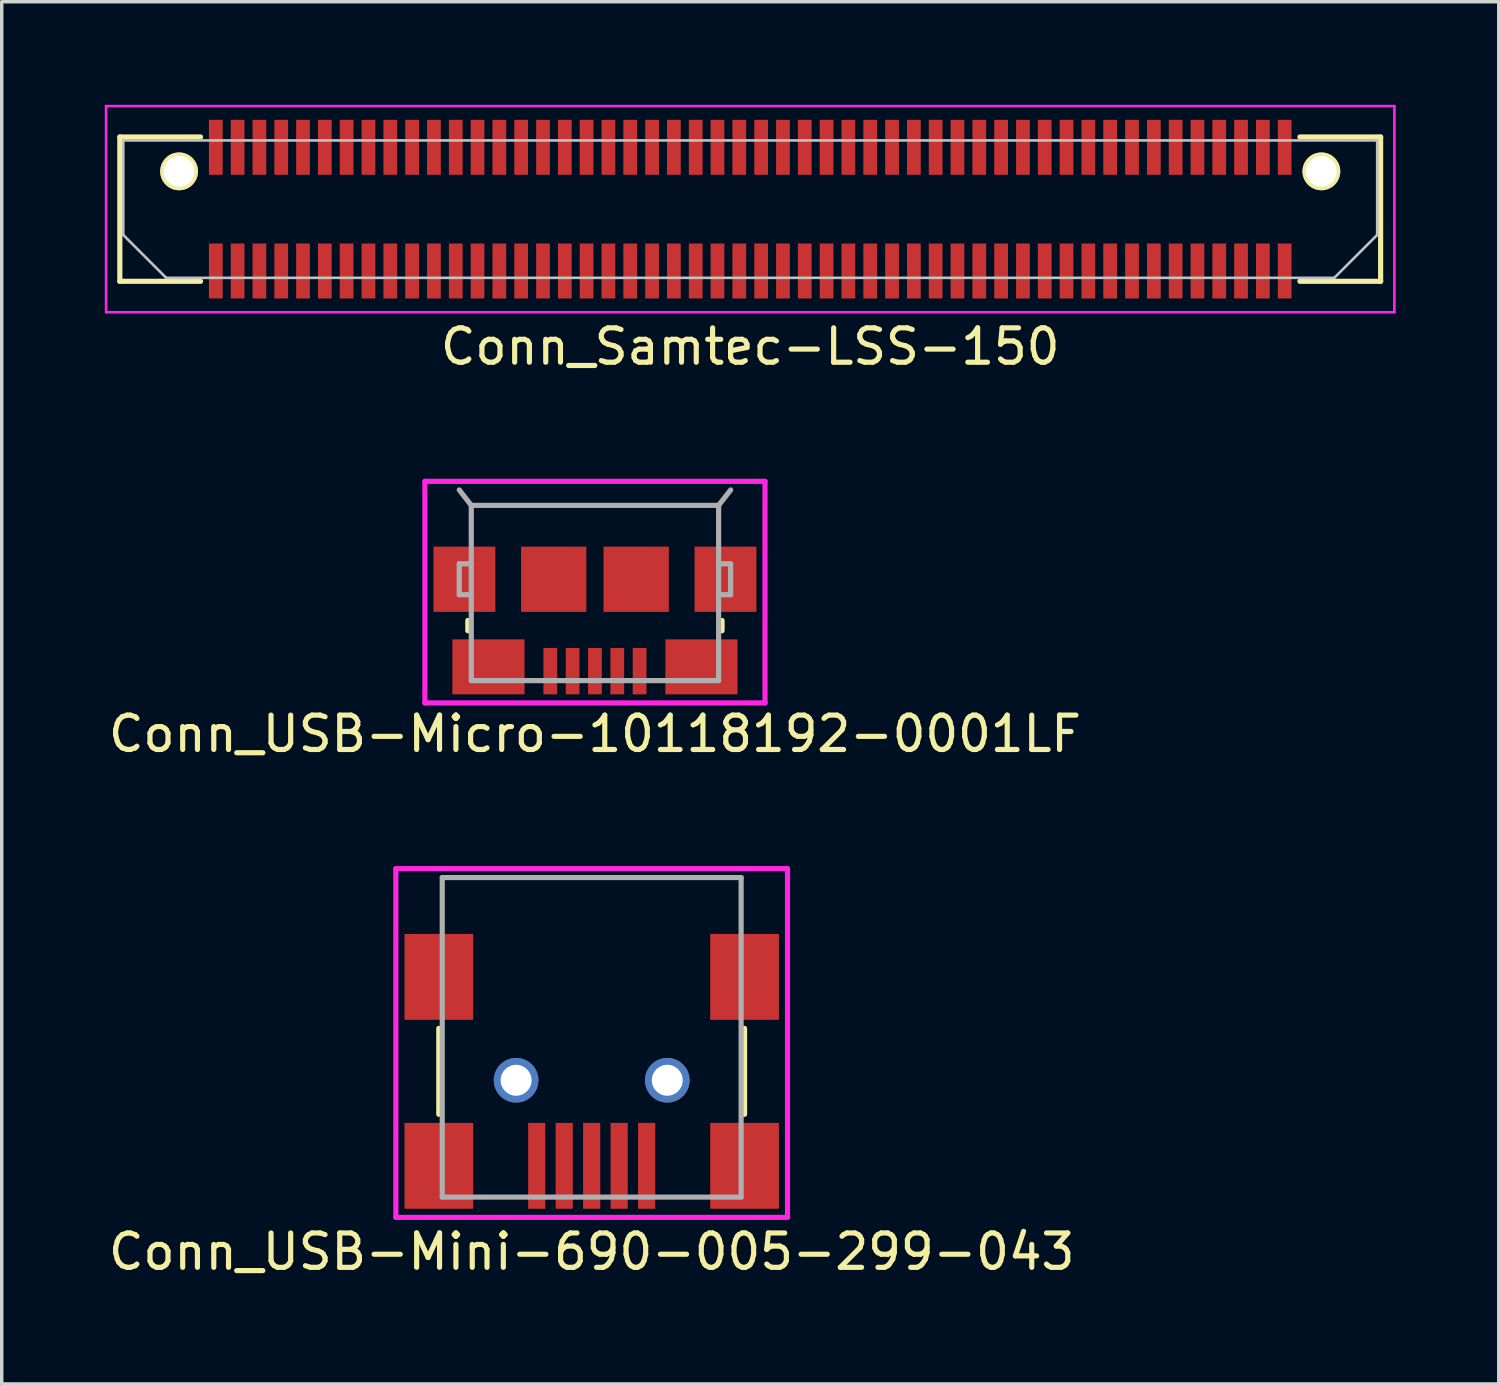
<source format=kicad_pcb>
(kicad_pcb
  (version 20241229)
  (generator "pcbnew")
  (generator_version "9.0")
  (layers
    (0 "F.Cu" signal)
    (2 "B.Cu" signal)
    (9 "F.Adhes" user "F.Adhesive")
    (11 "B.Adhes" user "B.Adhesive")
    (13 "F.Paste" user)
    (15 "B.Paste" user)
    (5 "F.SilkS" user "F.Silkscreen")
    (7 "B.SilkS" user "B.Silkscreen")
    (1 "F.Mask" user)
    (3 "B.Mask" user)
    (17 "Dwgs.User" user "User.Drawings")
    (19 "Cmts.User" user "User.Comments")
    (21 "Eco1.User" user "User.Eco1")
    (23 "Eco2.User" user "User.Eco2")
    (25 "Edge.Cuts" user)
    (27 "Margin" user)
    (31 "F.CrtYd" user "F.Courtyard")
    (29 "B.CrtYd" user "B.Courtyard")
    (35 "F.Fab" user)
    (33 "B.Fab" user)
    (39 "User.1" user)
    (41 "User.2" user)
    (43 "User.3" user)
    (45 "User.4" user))
  (footprint "Conn_Samtec-LSS-150"
    (layer "F.Cu")
    (at 18.788 3.038)
    (property "Reference" "Conn_Samtec-LSS-150" (at 0 4 0) (layer "F.SilkS") (effects (font (size 1 1) (thickness 0.15))))
    (attr through_hole)
    (fp_line (start -18.35 -2.1) (end -18.35 2.1) (stroke (width 0.15) (type solid)) (layer "F.SilkS"))
    (fp_line (start -18.35 2.1) (end -16 2.1) (stroke (width 0.15) (type solid)) (layer "F.SilkS"))
    (fp_line (start -16 -2.1) (end -18.35 -2.1) (stroke (width 0.15) (type solid)) (layer "F.SilkS"))
    (fp_line (start 16 -2.1) (end 18.35 -2.1) (stroke (width 0.15) (type solid)) (layer "F.SilkS"))
    (fp_line (start 18.35 -2.1) (end 18.35 2.1) (stroke (width 0.15) (type solid)) (layer "F.SilkS"))
    (fp_line (start 18.35 2.1) (end 16 2.1) (stroke (width 0.15) (type solid)) (layer "F.SilkS"))
    (fp_line (start -18.25 -2) (end -18.25 0.75) (stroke (width 0.076) (type solid)) (layer "Dwgs.User"))
    (fp_line (start -18.25 0.75) (end -17 2) (stroke (width 0.076) (type solid)) (layer "Dwgs.User"))
    (fp_line (start -17 2) (end 17 2) (stroke (width 0.076) (type solid)) (layer "Dwgs.User"))
    (fp_line (start 17 2) (end 18.25 0.75) (stroke (width 0.076) (type solid)) (layer "Dwgs.User"))
    (fp_line (start 18.25 -2) (end -18.25 -2) (stroke (width 0.076) (type solid)) (layer "Dwgs.User"))
    (fp_line (start 18.25 0.75) (end 18.25 -2) (stroke (width 0.076) (type solid)) (layer "Dwgs.User"))
    (fp_line (start -18.75 -3) (end -18.75 3) (stroke (width 0.076) (type solid)) (layer "F.CrtYd"))
    (fp_line (start -18.75 3) (end 18.75 3) (stroke (width 0.076) (type solid)) (layer "F.CrtYd"))
    (fp_line (start 18.75 -3) (end -18.75 -3) (stroke (width 0.076) (type solid)) (layer "F.CrtYd"))
    (fp_line (start 18.75 3) (end 18.75 -3) (stroke (width 0.076) (type solid)) (layer "F.CrtYd"))
    (pad "1" smd rect (at 15.557 1.8) (size 0.4 1.6) (layers "F.Cu" "F.Mask" "F.Paste"))
    (pad "2" smd rect (at 15.557 -1.8) (size 0.4 1.6) (layers "F.Cu" "F.Mask" "F.Paste"))
    (pad "3" smd rect (at 14.922 1.8) (size 0.4 1.6) (layers "F.Cu" "F.Mask" "F.Paste"))
    (pad "4" smd rect (at 14.922 -1.8) (size 0.4 1.6) (layers "F.Cu" "F.Mask" "F.Paste"))
    (pad "5" smd rect (at 14.287 1.8) (size 0.4 1.6) (layers "F.Cu" "F.Mask" "F.Paste"))
    (pad "6" smd rect (at 14.287 -1.8) (size 0.4 1.6) (layers "F.Cu" "F.Mask" "F.Paste"))
    (pad "7" smd rect (at 13.652 1.8) (size 0.4 1.6) (layers "F.Cu" "F.Mask" "F.Paste"))
    (pad "8" smd rect (at 13.652 -1.8) (size 0.4 1.6) (layers "F.Cu" "F.Mask" "F.Paste"))
    (pad "9" smd rect (at 13.018 1.8) (size 0.4 1.6) (layers "F.Cu" "F.Mask" "F.Paste"))
    (pad "10" smd rect (at 13.018 -1.8) (size 0.4 1.6) (layers "F.Cu" "F.Mask" "F.Paste"))
    (pad "11" smd rect (at 12.383 1.8) (size 0.4 1.6) (layers "F.Cu" "F.Mask" "F.Paste"))
    (pad "12" smd rect (at 12.383 -1.8) (size 0.4 1.6) (layers "F.Cu" "F.Mask" "F.Paste"))
    (pad "13" smd rect (at 11.748 1.8) (size 0.4 1.6) (layers "F.Cu" "F.Mask" "F.Paste"))
    (pad "14" smd rect (at 11.748 -1.8) (size 0.4 1.6) (layers "F.Cu" "F.Mask" "F.Paste"))
    (pad "15" smd rect (at 11.113 1.8) (size 0.4 1.6) (layers "F.Cu" "F.Mask" "F.Paste"))
    (pad "16" smd rect (at 11.113 -1.8) (size 0.4 1.6) (layers "F.Cu" "F.Mask" "F.Paste"))
    (pad "17" smd rect (at 10.477 1.8) (size 0.4 1.6) (layers "F.Cu" "F.Mask" "F.Paste"))
    (pad "18" smd rect (at 10.477 -1.8) (size 0.4 1.6) (layers "F.Cu" "F.Mask" "F.Paste"))
    (pad "19" smd rect (at 9.842 1.8) (size 0.4 1.6) (layers "F.Cu" "F.Mask" "F.Paste"))
    (pad "20" smd rect (at 9.842 -1.8) (size 0.4 1.6) (layers "F.Cu" "F.Mask" "F.Paste"))
    (pad "21" smd rect (at 9.207 1.8) (size 0.4 1.6) (layers "F.Cu" "F.Mask" "F.Paste"))
    (pad "22" smd rect (at 9.207 -1.8) (size 0.4 1.6) (layers "F.Cu" "F.Mask" "F.Paste"))
    (pad "23" smd rect (at 8.572 1.8) (size 0.4 1.6) (layers "F.Cu" "F.Mask" "F.Paste"))
    (pad "24" smd rect (at 8.572 -1.8) (size 0.4 1.6) (layers "F.Cu" "F.Mask" "F.Paste"))
    (pad "25" smd rect (at 7.938 1.8) (size 0.4 1.6) (layers "F.Cu" "F.Mask" "F.Paste"))
    (pad "26" smd rect (at 7.938 -1.8) (size 0.4 1.6) (layers "F.Cu" "F.Mask" "F.Paste"))
    (pad "27" smd rect (at 7.303 1.8) (size 0.4 1.6) (layers "F.Cu" "F.Mask" "F.Paste"))
    (pad "28" smd rect (at 7.303 -1.8) (size 0.4 1.6) (layers "F.Cu" "F.Mask" "F.Paste"))
    (pad "29" smd rect (at 6.668 1.8) (size 0.4 1.6) (layers "F.Cu" "F.Mask" "F.Paste"))
    (pad "30" smd rect (at 6.668 -1.8) (size 0.4 1.6) (layers "F.Cu" "F.Mask" "F.Paste"))
    (pad "31" smd rect (at 6.032 1.8) (size 0.4 1.6) (layers "F.Cu" "F.Mask" "F.Paste"))
    (pad "32" smd rect (at 6.032 -1.8) (size 0.4 1.6) (layers "F.Cu" "F.Mask" "F.Paste"))
    (pad "33" smd rect (at 5.397 1.8) (size 0.4 1.6) (layers "F.Cu" "F.Mask" "F.Paste"))
    (pad "34" smd rect (at 5.397 -1.8) (size 0.4 1.6) (layers "F.Cu" "F.Mask" "F.Paste"))
    (pad "35" smd rect (at 4.763 1.8) (size 0.4 1.6) (layers "F.Cu" "F.Mask" "F.Paste"))
    (pad "36" smd rect (at 4.763 -1.8) (size 0.4 1.6) (layers "F.Cu" "F.Mask" "F.Paste"))
    (pad "37" smd rect (at 4.128 1.8) (size 0.4 1.6) (layers "F.Cu" "F.Mask" "F.Paste"))
    (pad "38" smd rect (at 4.128 -1.8) (size 0.4 1.6) (layers "F.Cu" "F.Mask" "F.Paste"))
    (pad "39" smd rect (at 3.493 1.8) (size 0.4 1.6) (layers "F.Cu" "F.Mask" "F.Paste"))
    (pad "40" smd rect (at 3.493 -1.8) (size 0.4 1.6) (layers "F.Cu" "F.Mask" "F.Paste"))
    (pad "41" smd rect (at 2.857 1.8) (size 0.4 1.6) (layers "F.Cu" "F.Mask" "F.Paste"))
    (pad "42" smd rect (at 2.857 -1.8) (size 0.4 1.6) (layers "F.Cu" "F.Mask" "F.Paste"))
    (pad "43" smd rect (at 2.223 1.8) (size 0.4 1.6) (layers "F.Cu" "F.Mask" "F.Paste"))
    (pad "44" smd rect (at 2.223 -1.8) (size 0.4 1.6) (layers "F.Cu" "F.Mask" "F.Paste"))
    (pad "45" smd rect (at 1.587 1.8) (size 0.4 1.6) (layers "F.Cu" "F.Mask" "F.Paste"))
    (pad "46" smd rect (at 1.587 -1.8) (size 0.4 1.6) (layers "F.Cu" "F.Mask" "F.Paste"))
    (pad "47" smd rect (at 0.953 1.8) (size 0.4 1.6) (layers "F.Cu" "F.Mask" "F.Paste"))
    (pad "48" smd rect (at 0.953 -1.8) (size 0.4 1.6) (layers "F.Cu" "F.Mask" "F.Paste"))
    (pad "49" smd rect (at 0.318 1.8) (size 0.4 1.6) (layers "F.Cu" "F.Mask" "F.Paste"))
    (pad "50" smd rect (at 0.318 -1.8) (size 0.4 1.6) (layers "F.Cu" "F.Mask" "F.Paste"))
    (pad "51" smd rect (at -0.318 1.8) (size 0.4 1.6) (layers "F.Cu" "F.Mask" "F.Paste"))
    (pad "52" smd rect (at -0.318 -1.8) (size 0.4 1.6) (layers "F.Cu" "F.Mask" "F.Paste"))
    (pad "53" smd rect (at -0.953 1.8) (size 0.4 1.6) (layers "F.Cu" "F.Mask" "F.Paste"))
    (pad "54" smd rect (at -0.953 -1.8) (size 0.4 1.6) (layers "F.Cu" "F.Mask" "F.Paste"))
    (pad "55" smd rect (at -1.587 1.8) (size 0.4 1.6) (layers "F.Cu" "F.Mask" "F.Paste"))
    (pad "56" smd rect (at -1.587 -1.8) (size 0.4 1.6) (layers "F.Cu" "F.Mask" "F.Paste"))
    (pad "57" smd rect (at -2.223 1.8) (size 0.4 1.6) (layers "F.Cu" "F.Mask" "F.Paste"))
    (pad "58" smd rect (at -2.223 -1.8) (size 0.4 1.6) (layers "F.Cu" "F.Mask" "F.Paste"))
    (pad "59" smd rect (at -2.857 1.8) (size 0.4 1.6) (layers "F.Cu" "F.Mask" "F.Paste"))
    (pad "60" smd rect (at -2.857 -1.8) (size 0.4 1.6) (layers "F.Cu" "F.Mask" "F.Paste"))
    (pad "61" smd rect (at -3.493 1.8) (size 0.4 1.6) (layers "F.Cu" "F.Mask" "F.Paste"))
    (pad "62" smd rect (at -3.493 -1.8) (size 0.4 1.6) (layers "F.Cu" "F.Mask" "F.Paste"))
    (pad "63" smd rect (at -4.128 1.8) (size 0.4 1.6) (layers "F.Cu" "F.Mask" "F.Paste"))
    (pad "64" smd rect (at -4.128 -1.8) (size 0.4 1.6) (layers "F.Cu" "F.Mask" "F.Paste"))
    (pad "65" smd rect (at -4.763 1.8) (size 0.4 1.6) (layers "F.Cu" "F.Mask" "F.Paste"))
    (pad "66" smd rect (at -4.763 -1.8) (size 0.4 1.6) (layers "F.Cu" "F.Mask" "F.Paste"))
    (pad "67" smd rect (at -5.397 1.8) (size 0.4 1.6) (layers "F.Cu" "F.Mask" "F.Paste"))
    (pad "68" smd rect (at -5.397 -1.8) (size 0.4 1.6) (layers "F.Cu" "F.Mask" "F.Paste"))
    (pad "69" smd rect (at -6.032 1.8) (size 0.4 1.6) (layers "F.Cu" "F.Mask" "F.Paste"))
    (pad "70" smd rect (at -6.032 -1.8) (size 0.4 1.6) (layers "F.Cu" "F.Mask" "F.Paste"))
    (pad "71" smd rect (at -6.668 1.8) (size 0.4 1.6) (layers "F.Cu" "F.Mask" "F.Paste"))
    (pad "72" smd rect (at -6.668 -1.8) (size 0.4 1.6) (layers "F.Cu" "F.Mask" "F.Paste"))
    (pad "73" smd rect (at -7.303 1.8) (size 0.4 1.6) (layers "F.Cu" "F.Mask" "F.Paste"))
    (pad "74" smd rect (at -7.303 -1.8) (size 0.4 1.6) (layers "F.Cu" "F.Mask" "F.Paste"))
    (pad "75" smd rect (at -7.938 1.8) (size 0.4 1.6) (layers "F.Cu" "F.Mask" "F.Paste"))
    (pad "76" smd rect (at -7.938 -1.8) (size 0.4 1.6) (layers "F.Cu" "F.Mask" "F.Paste"))
    (pad "77" smd rect (at -8.572 1.8) (size 0.4 1.6) (layers "F.Cu" "F.Mask" "F.Paste"))
    (pad "78" smd rect (at -8.572 -1.8) (size 0.4 1.6) (layers "F.Cu" "F.Mask" "F.Paste"))
    (pad "79" smd rect (at -9.207 1.8) (size 0.4 1.6) (layers "F.Cu" "F.Mask" "F.Paste"))
    (pad "80" smd rect (at -9.207 -1.8) (size 0.4 1.6) (layers "F.Cu" "F.Mask" "F.Paste"))
    (pad "81" smd rect (at -9.842 1.8) (size 0.4 1.6) (layers "F.Cu" "F.Mask" "F.Paste"))
    (pad "82" smd rect (at -9.842 -1.8) (size 0.4 1.6) (layers "F.Cu" "F.Mask" "F.Paste"))
    (pad "83" smd rect (at -10.477 1.8) (size 0.4 1.6) (layers "F.Cu" "F.Mask" "F.Paste"))
    (pad "84" smd rect (at -10.477 -1.8) (size 0.4 1.6) (layers "F.Cu" "F.Mask" "F.Paste"))
    (pad "85" smd rect (at -11.113 1.8) (size 0.4 1.6) (layers "F.Cu" "F.Mask" "F.Paste"))
    (pad "86" smd rect (at -11.113 -1.8) (size 0.4 1.6) (layers "F.Cu" "F.Mask" "F.Paste"))
    (pad "87" smd rect (at -11.748 1.8) (size 0.4 1.6) (layers "F.Cu" "F.Mask" "F.Paste"))
    (pad "88" smd rect (at -11.748 -1.8) (size 0.4 1.6) (layers "F.Cu" "F.Mask" "F.Paste"))
    (pad "89" smd rect (at -12.383 1.8) (size 0.4 1.6) (layers "F.Cu" "F.Mask" "F.Paste"))
    (pad "90" smd rect (at -12.383 -1.8) (size 0.4 1.6) (layers "F.Cu" "F.Mask" "F.Paste"))
    (pad "91" smd rect (at -13.018 1.8) (size 0.4 1.6) (layers "F.Cu" "F.Mask" "F.Paste"))
    (pad "92" smd rect (at -13.018 -1.8) (size 0.4 1.6) (layers "F.Cu" "F.Mask" "F.Paste"))
    (pad "93" smd rect (at -13.652 1.8) (size 0.4 1.6) (layers "F.Cu" "F.Mask" "F.Paste"))
    (pad "94" smd rect (at -13.652 -1.8) (size 0.4 1.6) (layers "F.Cu" "F.Mask" "F.Paste"))
    (pad "95" smd rect (at -14.287 1.8) (size 0.4 1.6) (layers "F.Cu" "F.Mask" "F.Paste"))
    (pad "96" smd rect (at -14.287 -1.8) (size 0.4 1.6) (layers "F.Cu" "F.Mask" "F.Paste"))
    (pad "97" smd rect (at -14.922 1.8) (size 0.4 1.6) (layers "F.Cu" "F.Mask" "F.Paste"))
    (pad "98" smd rect (at -14.922 -1.8) (size 0.4 1.6) (layers "F.Cu" "F.Mask" "F.Paste"))
    (pad "99" smd rect (at -15.557 1.8) (size 0.4 1.6) (layers "F.Cu" "F.Mask" "F.Paste"))
    (pad "100" smd rect (at -15.557 -1.8) (size 0.4 1.6) (layers "F.Cu" "F.Mask" "F.Paste"))
    (pad "M1" thru_hole circle (at 16.625 -1.1) (size 1.1 1.1) (drill 0.89) (layers "*.Cu" "*.Mask" "F.SilkS"))
    (pad "M2" thru_hole circle (at -16.625 -1.1) (size 1.1 1.1) (drill 0.89) (layers "*.Cu" "*.Mask" "F.SilkS")))
  (footprint "Conn_USB-Mini-690-005-299-043"
    (layer "F.Cu")
    (at 14.173 23.135)
    (property "Reference" "Conn_USB-Mini-690-005-299-043" (at 0 10.25 0) (layer "F.SilkS") (effects (font (size 1 1) (thickness 0.15))))
    (attr through_hole)
    (fp_line (start -4.45 3.75) (end -4.45 6.25) (stroke (width 0.15) (type solid)) (layer "F.SilkS"))
    (fp_line (start 4.45 6.25) (end 4.45 3.75) (stroke (width 0.15) (type solid)) (layer "F.SilkS"))
    (fp_line (start -5.7 -0.9) (end -5.7 9.25) (stroke (width 0.15) (type solid)) (layer "F.CrtYd"))
    (fp_line (start -5.7 9.25) (end 5.7 9.25) (stroke (width 0.15) (type solid)) (layer "F.CrtYd"))
    (fp_line (start 5.7 -0.9) (end -5.7 -0.9) (stroke (width 0.15) (type solid)) (layer "F.CrtYd"))
    (fp_line (start 5.7 9.25) (end 5.7 -0.9) (stroke (width 0.15) (type solid)) (layer "F.CrtYd"))
    (fp_line (start -4.35 -0.64) (end 4.35 -0.64) (stroke (width 0.15) (type solid)) (layer "F.Fab"))
    (fp_line (start -4.35 8.66) (end -4.35 -0.64) (stroke (width 0.15) (type solid)) (layer "F.Fab"))
    (fp_line (start 4.35 -0.64) (end 4.35 8.66) (stroke (width 0.15) (type solid)) (layer "F.Fab"))
    (fp_line (start 4.35 8.66) (end -4.35 8.66) (stroke (width 0.15) (type solid)) (layer "F.Fab"))
    (pad "1" smd rect (at 1.6 7.75) (size 0.5 2.5) (layers "F.Cu" "F.Mask" "F.Paste"))
    (pad "2" smd rect (at 0.8 7.75) (size 0.5 2.5) (layers "F.Cu" "F.Mask" "F.Paste"))
    (pad "3" smd rect (at 0 7.75) (size 0.5 2.5) (layers "F.Cu" "F.Mask" "F.Paste"))
    (pad "4" smd rect (at -0.8 7.75) (size 0.5 2.5) (layers "F.Cu" "F.Mask" "F.Paste"))
    (pad "5" smd rect (at -1.6 7.75) (size 0.5 2.5) (layers "F.Cu" "F.Mask" "F.Paste"))
    (pad "BG1" thru_hole circle (at 2.2 5.26) (size 1.3 1.3) (drill 0.9) (layers "*.Cu" "*.Mask"))
    (pad "BG2" thru_hole circle (at -2.2 5.26) (size 1.3 1.3) (drill 0.9) (layers "*.Cu" "*.Mask"))
    (pad "S" smd rect (at -4.45 2.25) (size 2 2.5) (layers "F.Cu" "F.Mask" "F.Paste"))
    (pad "S" smd rect (at -4.45 7.75) (size 2 2.5) (layers "F.Cu" "F.Mask" "F.Paste"))
    (pad "S" smd rect (at 4.45 2.25) (size 2 2.5) (layers "F.Cu" "F.Mask" "F.Paste"))
    (pad "S" smd rect (at 4.45 7.75) (size 2 2.5) (layers "F.Cu" "F.Mask" "F.Paste")))
  (footprint "Conn_USB-Micro-10118192-0001LF"
    (layer "F.Cu")
    (at 14.268 12.361)
    (property "Reference" "Conn_USB-Micro-10118192-0001LF" (at 0 5.95 0) (layer "F.SilkS") (effects (font (size 1 1) (thickness 0.15))))
    (attr through_hole)
    (fp_line (start -3.7 2.65) (end -3.7 2.95) (stroke (width 0.15) (type solid)) (layer "F.SilkS"))
    (fp_line (start 3.7 2.65) (end 3.7 2.95) (stroke (width 0.15) (type solid)) (layer "F.SilkS"))
    (fp_line (start -4.95 -1.4) (end -4.95 5.05) (stroke (width 0.15) (type solid)) (layer "F.CrtYd"))
    (fp_line (start -4.95 5.05) (end 4.95 5.05) (stroke (width 0.15) (type solid)) (layer "F.CrtYd"))
    (fp_line (start 4.95 -1.4) (end -4.95 -1.4) (stroke (width 0.15) (type solid)) (layer "F.CrtYd"))
    (fp_line (start 4.95 5.05) (end 4.95 -1.4) (stroke (width 0.15) (type solid)) (layer "F.CrtYd"))
    (fp_line (start -3.95 1) (end -3.95 1.9) (stroke (width 0.15) (type solid)) (layer "F.Fab"))
    (fp_line (start -3.95 1.9) (end -3.6 1.9) (stroke (width 0.15) (type solid)) (layer "F.Fab"))
    (fp_line (start -3.6 -0.7) (end -3.95 -1.15) (stroke (width 0.15) (type solid)) (layer "F.Fab"))
    (fp_line (start -3.6 -0.7) (end 3.6 -0.7) (stroke (width 0.15) (type solid)) (layer "F.Fab"))
    (fp_line (start -3.6 1) (end -3.95 1) (stroke (width 0.15) (type solid)) (layer "F.Fab"))
    (fp_line (start -3.6 4.4) (end -3.6 -0.7) (stroke (width 0.15) (type solid)) (layer "F.Fab"))
    (fp_line (start 3.6 -0.7) (end 3.6 4.4) (stroke (width 0.15) (type solid)) (layer "F.Fab"))
    (fp_line (start 3.6 -0.7) (end 3.95 -1.15) (stroke (width 0.15) (type solid)) (layer "F.Fab"))
    (fp_line (start 3.6 1) (end 3.95 1) (stroke (width 0.15) (type solid)) (layer "F.Fab"))
    (fp_line (start 3.6 4.4) (end -3.6 4.4) (stroke (width 0.15) (type solid)) (layer "F.Fab"))
    (fp_line (start 3.95 1) (end 3.95 1.9) (stroke (width 0.15) (type solid)) (layer "F.Fab"))
    (fp_line (start 3.95 1.9) (end 3.6 1.9) (stroke (width 0.15) (type solid)) (layer "F.Fab"))
    (pad "1" smd rect (at 1.3 4.125) (size 0.4 1.35) (layers "F.Cu" "F.Mask" "F.Paste"))
    (pad "2" smd rect (at 0.65 4.125) (size 0.4 1.35) (layers "F.Cu" "F.Mask" "F.Paste"))
    (pad "3" smd rect (at 0 4.125) (size 0.4 1.35) (layers "F.Cu" "F.Mask" "F.Paste"))
    (pad "4" smd rect (at -0.65 4.125) (size 0.4 1.35) (layers "F.Cu" "F.Mask" "F.Paste"))
    (pad "5" smd rect (at -1.3 4.125) (size 0.4 1.35) (layers "F.Cu" "F.Mask" "F.Paste"))
    (pad "S" smd rect (at -3.8 1.45) (size 1.8 1.9) (layers "F.Cu" "F.Mask" "F.Paste"))
    (pad "S" smd rect (at -3.1 4) (size 2.1 1.6) (layers "F.Cu" "F.Mask" "F.Paste"))
    (pad "S" smd rect (at -1.2 1.45) (size 1.9 1.9) (layers "F.Cu" "F.Mask" "F.Paste"))
    (pad "S" smd rect (at 1.2 1.45) (size 1.9 1.9) (layers "F.Cu" "F.Mask" "F.Paste"))
    (pad "S" smd rect (at 3.1 4) (size 2.1 1.6) (layers "F.Cu" "F.Mask" "F.Paste"))
    (pad "S" smd rect (at 3.8 1.45) (size 1.8 1.9) (layers "F.Cu" "F.Mask" "F.Paste")))
  (gr_rect
    (start -3 -3)
    (end 40.576 37.233)
    (stroke (width 0.1) (type default))
    (fill no)
    (layer "Edge.Cuts")))
</source>
